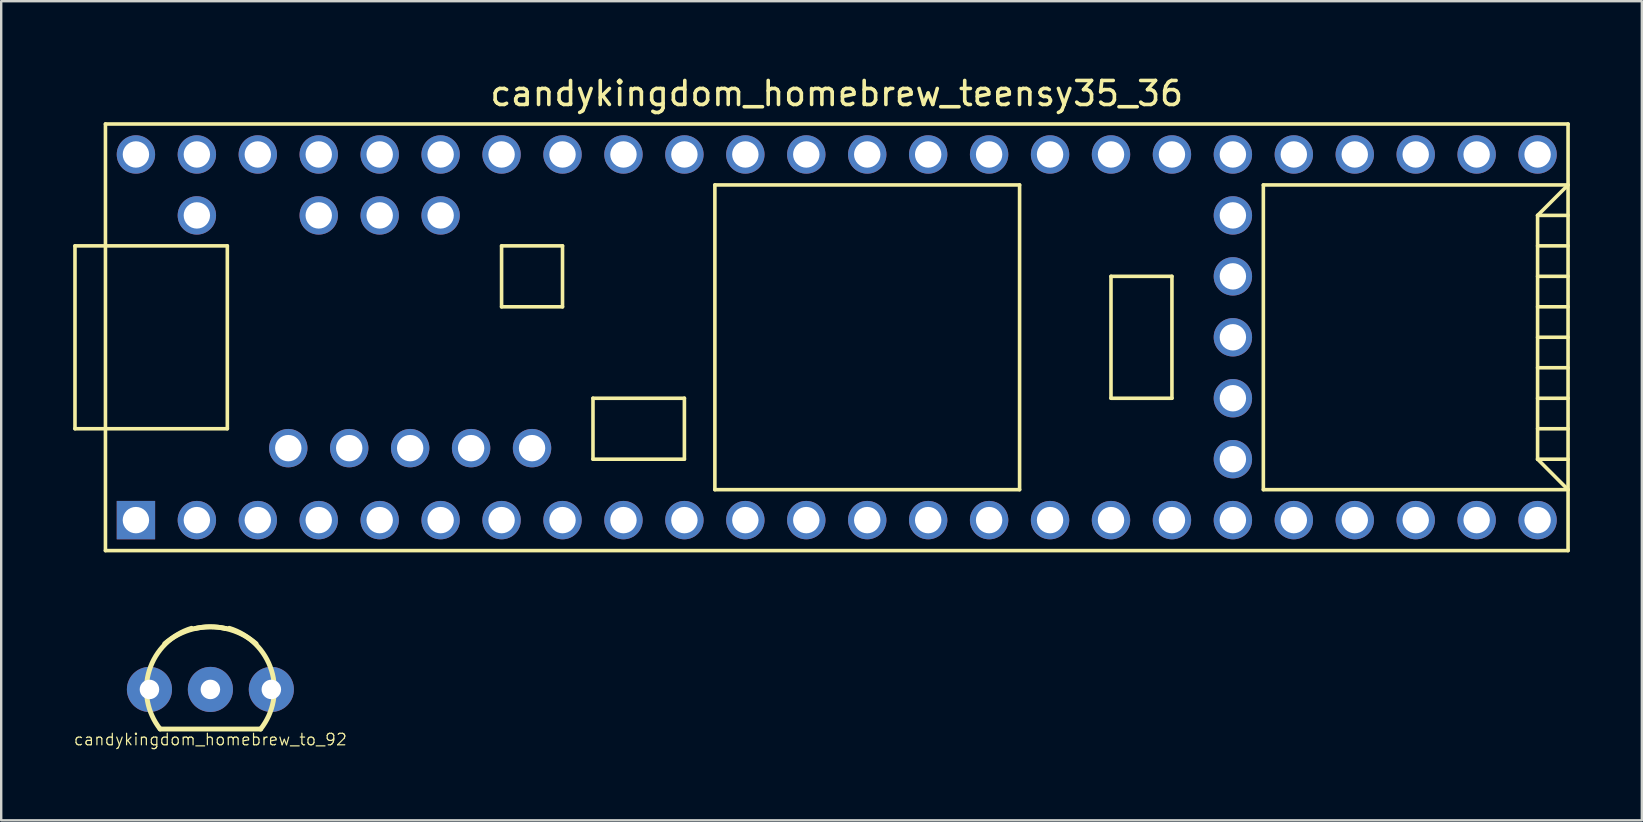
<source format=kicad_pcb>
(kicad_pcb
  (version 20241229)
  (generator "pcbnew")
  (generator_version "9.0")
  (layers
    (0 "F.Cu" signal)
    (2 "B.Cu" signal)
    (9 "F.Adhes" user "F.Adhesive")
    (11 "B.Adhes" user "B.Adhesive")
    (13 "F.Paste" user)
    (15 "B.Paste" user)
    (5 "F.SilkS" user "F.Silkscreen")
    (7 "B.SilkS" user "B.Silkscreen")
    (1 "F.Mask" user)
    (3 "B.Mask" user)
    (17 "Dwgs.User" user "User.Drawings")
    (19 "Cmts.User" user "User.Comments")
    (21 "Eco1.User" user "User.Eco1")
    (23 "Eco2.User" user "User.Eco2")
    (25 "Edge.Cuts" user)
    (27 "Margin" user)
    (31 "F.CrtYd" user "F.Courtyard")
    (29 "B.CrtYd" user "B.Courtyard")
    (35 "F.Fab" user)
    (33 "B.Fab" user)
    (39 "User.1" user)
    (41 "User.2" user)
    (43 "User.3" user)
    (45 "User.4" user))
  (footprint "candykingdom_homebrew_to_92"
    (layer "F.Cu")
    (at 5.719 25.685)
    (property "Reference" "candykingdom_homebrew_to_92" (at 0 2.087 0) (layer "F.SilkS") (effects (font (size 0.481 0.481) (thickness 0.05))))
    (attr through_hole)
    (fp_line (start -2.095 1.651) (end 2.095 1.651) (stroke (width 0.203) (type solid)) (layer "F.SilkS"))
    (fp_arc (start -2.097449 1.647378) (mid -2.545654 -0.795475) (end -0.7863 -2.5485) (stroke (width 0.2032) (type solid)) (layer "F.SilkS"))
    (fp_arc (start -1.903832 -1.906001) (mid -0.709205 -2.522493) (end 0.635 -2.54) (stroke (width 0.2032) (type solid)) (layer "F.SilkS"))
    (fp_arc (start -0.632127 -2.540637) (mid 0.001471 -2.609705) (end 0.635 -2.54) (stroke (width 0.2032) (type solid)) (layer "F.SilkS"))
    (fp_arc (start 0.638615 -2.539194) (mid 1.310742 -2.299843) (end 1.905 -1.905) (stroke (width 0.2032) (type solid)) (layer "F.SilkS"))
    (fp_arc (start 0.786299 -2.5484) (mid 2.546275 -0.793203) (end 2.0945 1.651) (stroke (width 0.2032) (type solid)) (layer "F.SilkS"))
    (pad "1" thru_hole circle (at -2.54 0) (size 1.88 1.88) (drill 0.813) (layers "*.Cu" "*.Mask"))
    (pad "2" thru_hole circle (at 0 0) (size 1.88 1.88) (drill 0.813) (layers "*.Cu" "*.Mask"))
    (pad "3" thru_hole circle (at 2.54 0) (size 1.88 1.88) (drill 0.813) (layers "*.Cu" "*.Mask")))
  (footprint "candykingdom_homebrew_teensy35_36"
    (layer "F.Cu")
    (at 31.825 11.008)
    (property "Reference" "candykingdom_homebrew_teensy35_36" (at 0 -10.16 0) (layer "F.SilkS") (effects (font (size 1 1) (thickness 0.15))))
    (attr through_hole)
    (fp_line (start -31.75 -3.81) (end -30.48 -3.81) (stroke (width 0.15) (type solid)) (layer "F.SilkS"))
    (fp_line (start -31.75 3.81) (end -31.75 -3.81) (stroke (width 0.15) (type solid)) (layer "F.SilkS"))
    (fp_line (start -30.48 3.81) (end -31.75 3.81) (stroke (width 0.15) (type solid)) (layer "F.SilkS"))
    (fp_line (start -30.48 8.89) (end -30.48 -8.89) (stroke (width 0.15) (type solid)) (layer "F.SilkS"))
    (fp_line (start -30.48 8.89) (end 30.48 8.89) (stroke (width 0.15) (type solid)) (layer "F.SilkS"))
    (fp_line (start -25.4 -3.81) (end -30.48 -3.81) (stroke (width 0.15) (type solid)) (layer "F.SilkS"))
    (fp_line (start -25.4 3.81) (end -30.48 3.81) (stroke (width 0.15) (type solid)) (layer "F.SilkS"))
    (fp_line (start -25.4 3.81) (end -25.4 -3.81) (stroke (width 0.15) (type solid)) (layer "F.SilkS"))
    (fp_line (start -13.97 -3.81) (end -13.97 -1.27) (stroke (width 0.15) (type solid)) (layer "F.SilkS"))
    (fp_line (start -13.97 -1.27) (end -11.43 -1.27) (stroke (width 0.15) (type solid)) (layer "F.SilkS"))
    (fp_line (start -11.43 -3.81) (end -13.97 -3.81) (stroke (width 0.15) (type solid)) (layer "F.SilkS"))
    (fp_line (start -11.43 -1.27) (end -11.43 -3.81) (stroke (width 0.15) (type solid)) (layer "F.SilkS"))
    (fp_line (start -10.16 2.54) (end -6.35 2.54) (stroke (width 0.15) (type solid)) (layer "F.SilkS"))
    (fp_line (start -10.16 5.08) (end -10.16 2.54) (stroke (width 0.15) (type solid)) (layer "F.SilkS"))
    (fp_line (start -6.35 2.54) (end -6.35 5.08) (stroke (width 0.15) (type solid)) (layer "F.SilkS"))
    (fp_line (start -6.35 5.08) (end -10.16 5.08) (stroke (width 0.15) (type solid)) (layer "F.SilkS"))
    (fp_line (start -5.08 -6.35) (end -5.08 6.35) (stroke (width 0.15) (type solid)) (layer "F.SilkS"))
    (fp_line (start -5.08 -6.35) (end 7.62 -6.35) (stroke (width 0.15) (type solid)) (layer "F.SilkS"))
    (fp_line (start -5.08 6.35) (end 7.62 6.35) (stroke (width 0.15) (type solid)) (layer "F.SilkS"))
    (fp_line (start 7.62 6.35) (end 7.62 -6.35) (stroke (width 0.15) (type solid)) (layer "F.SilkS"))
    (fp_line (start 11.43 -2.54) (end 13.97 -2.54) (stroke (width 0.15) (type solid)) (layer "F.SilkS"))
    (fp_line (start 11.43 2.54) (end 11.43 -2.54) (stroke (width 0.15) (type solid)) (layer "F.SilkS"))
    (fp_line (start 13.97 -2.54) (end 13.97 2.54) (stroke (width 0.15) (type solid)) (layer "F.SilkS"))
    (fp_line (start 13.97 2.54) (end 11.43 2.54) (stroke (width 0.15) (type solid)) (layer "F.SilkS"))
    (fp_line (start 17.78 -6.35) (end 17.78 6.35) (stroke (width 0.15) (type solid)) (layer "F.SilkS"))
    (fp_line (start 17.78 6.35) (end 30.48 6.35) (stroke (width 0.15) (type solid)) (layer "F.SilkS"))
    (fp_line (start 29.21 -5.08) (end 30.48 -6.35) (stroke (width 0.15) (type solid)) (layer "F.SilkS"))
    (fp_line (start 29.21 -5.08) (end 30.48 -5.08) (stroke (width 0.15) (type solid)) (layer "F.SilkS"))
    (fp_line (start 29.21 -3.81) (end 30.48 -3.81) (stroke (width 0.15) (type solid)) (layer "F.SilkS"))
    (fp_line (start 29.21 -2.54) (end 30.48 -2.54) (stroke (width 0.15) (type solid)) (layer "F.SilkS"))
    (fp_line (start 29.21 -1.27) (end 30.48 -1.27) (stroke (width 0.15) (type solid)) (layer "F.SilkS"))
    (fp_line (start 29.21 0) (end 30.48 0) (stroke (width 0.15) (type solid)) (layer "F.SilkS"))
    (fp_line (start 29.21 1.27) (end 30.48 1.27) (stroke (width 0.15) (type solid)) (layer "F.SilkS"))
    (fp_line (start 29.21 2.54) (end 30.48 2.54) (stroke (width 0.15) (type solid)) (layer "F.SilkS"))
    (fp_line (start 29.21 3.81) (end 30.48 3.81) (stroke (width 0.15) (type solid)) (layer "F.SilkS"))
    (fp_line (start 29.21 5.08) (end 29.21 -5.08) (stroke (width 0.15) (type solid)) (layer "F.SilkS"))
    (fp_line (start 29.21 5.08) (end 30.48 5.08) (stroke (width 0.15) (type solid)) (layer "F.SilkS"))
    (fp_line (start 30.48 -8.89) (end -30.48 -8.89) (stroke (width 0.15) (type solid)) (layer "F.SilkS"))
    (fp_line (start 30.48 -8.89) (end 30.48 8.89) (stroke (width 0.15) (type solid)) (layer "F.SilkS"))
    (fp_line (start 30.48 -6.35) (end 17.78 -6.35) (stroke (width 0.15) (type solid)) (layer "F.SilkS"))
    (fp_line (start 30.48 6.35) (end 29.21 5.08) (stroke (width 0.15) (type solid)) (layer "F.SilkS"))
    (pad "1" thru_hole rect (at -29.21 7.62) (size 1.6 1.6) (drill 1.1) (layers "*.Cu" "*.Mask"))
    (pad "2" thru_hole circle (at -26.67 7.62) (size 1.6 1.6) (drill 1.1) (layers "*.Cu" "*.Mask"))
    (pad "3" thru_hole circle (at -24.13 7.62) (size 1.6 1.6) (drill 1.1) (layers "*.Cu" "*.Mask"))
    (pad "4" thru_hole circle (at -21.59 7.62) (size 1.6 1.6) (drill 1.1) (layers "*.Cu" "*.Mask"))
    (pad "5" thru_hole circle (at -19.05 7.62) (size 1.6 1.6) (drill 1.1) (layers "*.Cu" "*.Mask"))
    (pad "6" thru_hole circle (at -16.51 7.62) (size 1.6 1.6) (drill 1.1) (layers "*.Cu" "*.Mask"))
    (pad "7" thru_hole circle (at -13.97 7.62) (size 1.6 1.6) (drill 1.1) (layers "*.Cu" "*.Mask"))
    (pad "8" thru_hole circle (at -11.43 7.62) (size 1.6 1.6) (drill 1.1) (layers "*.Cu" "*.Mask"))
    (pad "9" thru_hole circle (at -8.89 7.62) (size 1.6 1.6) (drill 1.1) (layers "*.Cu" "*.Mask"))
    (pad "10" thru_hole circle (at -6.35 7.62) (size 1.6 1.6) (drill 1.1) (layers "*.Cu" "*.Mask"))
    (pad "11" thru_hole circle (at -3.81 7.62) (size 1.6 1.6) (drill 1.1) (layers "*.Cu" "*.Mask"))
    (pad "12" thru_hole circle (at -1.27 7.62) (size 1.6 1.6) (drill 1.1) (layers "*.Cu" "*.Mask"))
    (pad "13" thru_hole circle (at 1.27 7.62) (size 1.6 1.6) (drill 1.1) (layers "*.Cu" "*.Mask"))
    (pad "14" thru_hole circle (at 3.81 7.62) (size 1.6 1.6) (drill 1.1) (layers "*.Cu" "*.Mask"))
    (pad "15" thru_hole circle (at 6.35 7.62) (size 1.6 1.6) (drill 1.1) (layers "*.Cu" "*.Mask"))
    (pad "16" thru_hole circle (at 8.89 7.62) (size 1.6 1.6) (drill 1.1) (layers "*.Cu" "*.Mask"))
    (pad "17" thru_hole circle (at 11.43 7.62) (size 1.6 1.6) (drill 1.1) (layers "*.Cu" "*.Mask"))
    (pad "18" thru_hole circle (at 13.97 7.62) (size 1.6 1.6) (drill 1.1) (layers "*.Cu" "*.Mask"))
    (pad "19" thru_hole circle (at 16.51 7.62) (size 1.6 1.6) (drill 1.1) (layers "*.Cu" "*.Mask"))
    (pad "20" thru_hole circle (at 19.05 7.62) (size 1.6 1.6) (drill 1.1) (layers "*.Cu" "*.Mask"))
    (pad "21" thru_hole circle (at 21.59 7.62) (size 1.6 1.6) (drill 1.1) (layers "*.Cu" "*.Mask"))
    (pad "22" thru_hole circle (at 24.13 7.62) (size 1.6 1.6) (drill 1.1) (layers "*.Cu" "*.Mask"))
    (pad "23" thru_hole circle (at 26.67 7.62) (size 1.6 1.6) (drill 1.1) (layers "*.Cu" "*.Mask"))
    (pad "24" thru_hole circle (at 29.21 7.62) (size 1.6 1.6) (drill 1.1) (layers "*.Cu" "*.Mask"))
    (pad "25" thru_hole circle (at 16.51 5.08) (size 1.6 1.6) (drill 1.1) (layers "*.Cu" "*.Mask"))
    (pad "26" thru_hole circle (at 16.51 2.54) (size 1.6 1.6) (drill 1.1) (layers "*.Cu" "*.Mask"))
    (pad "27" thru_hole circle (at 16.51 0) (size 1.6 1.6) (drill 1.1) (layers "*.Cu" "*.Mask"))
    (pad "28" thru_hole circle (at 16.51 -2.54) (size 1.6 1.6) (drill 1.1) (layers "*.Cu" "*.Mask"))
    (pad "29" thru_hole circle (at 16.51 -5.08) (size 1.6 1.6) (drill 1.1) (layers "*.Cu" "*.Mask"))
    (pad "30" thru_hole circle (at 29.21 -7.62) (size 1.6 1.6) (drill 1.1) (layers "*.Cu" "*.Mask"))
    (pad "31" thru_hole circle (at 26.67 -7.62) (size 1.6 1.6) (drill 1.1) (layers "*.Cu" "*.Mask"))
    (pad "32" thru_hole circle (at 24.13 -7.62) (size 1.6 1.6) (drill 1.1) (layers "*.Cu" "*.Mask"))
    (pad "33" thru_hole circle (at 21.59 -7.62) (size 1.6 1.6) (drill 1.1) (layers "*.Cu" "*.Mask"))
    (pad "34" thru_hole circle (at 19.05 -7.62) (size 1.6 1.6) (drill 1.1) (layers "*.Cu" "*.Mask"))
    (pad "35" thru_hole circle (at 16.51 -7.62) (size 1.6 1.6) (drill 1.1) (layers "*.Cu" "*.Mask"))
    (pad "36" thru_hole circle (at 13.97 -7.62) (size 1.6 1.6) (drill 1.1) (layers "*.Cu" "*.Mask"))
    (pad "37" thru_hole circle (at 11.43 -7.62) (size 1.6 1.6) (drill 1.1) (layers "*.Cu" "*.Mask"))
    (pad "38" thru_hole circle (at 8.89 -7.62) (size 1.6 1.6) (drill 1.1) (layers "*.Cu" "*.Mask"))
    (pad "39" thru_hole circle (at 6.35 -7.62) (size 1.6 1.6) (drill 1.1) (layers "*.Cu" "*.Mask"))
    (pad "40" thru_hole circle (at 3.81 -7.62) (size 1.6 1.6) (drill 1.1) (layers "*.Cu" "*.Mask"))
    (pad "41" thru_hole circle (at 1.27 -7.62) (size 1.6 1.6) (drill 1.1) (layers "*.Cu" "*.Mask"))
    (pad "42" thru_hole circle (at -1.27 -7.62) (size 1.6 1.6) (drill 1.1) (layers "*.Cu" "*.Mask"))
    (pad "43" thru_hole circle (at -3.81 -7.62) (size 1.6 1.6) (drill 1.1) (layers "*.Cu" "*.Mask"))
    (pad "44" thru_hole circle (at -6.35 -7.62) (size 1.6 1.6) (drill 1.1) (layers "*.Cu" "*.Mask"))
    (pad "45" thru_hole circle (at -8.89 -7.62) (size 1.6 1.6) (drill 1.1) (layers "*.Cu" "*.Mask"))
    (pad "46" thru_hole circle (at -11.43 -7.62) (size 1.6 1.6) (drill 1.1) (layers "*.Cu" "*.Mask"))
    (pad "47" thru_hole circle (at -13.97 -7.62) (size 1.6 1.6) (drill 1.1) (layers "*.Cu" "*.Mask"))
    (pad "48" thru_hole circle (at -16.51 -7.62) (size 1.6 1.6) (drill 1.1) (layers "*.Cu" "*.Mask"))
    (pad "49" thru_hole circle (at -19.05 -7.62) (size 1.6 1.6) (drill 1.1) (layers "*.Cu" "*.Mask"))
    (pad "50" thru_hole circle (at -21.59 -7.62) (size 1.6 1.6) (drill 1.1) (layers "*.Cu" "*.Mask"))
    (pad "51" thru_hole circle (at -24.13 -7.62) (size 1.6 1.6) (drill 1.1) (layers "*.Cu" "*.Mask"))
    (pad "52" thru_hole circle (at -26.67 -7.62) (size 1.6 1.6) (drill 1.1) (layers "*.Cu" "*.Mask"))
    (pad "53" thru_hole circle (at -29.21 -7.62) (size 1.6 1.6) (drill 1.1) (layers "*.Cu" "*.Mask"))
    (pad "54" thru_hole circle (at -26.67 -5.08) (size 1.6 1.6) (drill 1.1) (layers "*.Cu" "*.Mask"))
    (pad "55" thru_hole circle (at -21.59 -5.08) (size 1.6 1.6) (drill 1.1) (layers "*.Cu" "*.Mask"))
    (pad "56" thru_hole circle (at -19.05 -5.08) (size 1.6 1.6) (drill 1.1) (layers "*.Cu" "*.Mask"))
    (pad "57" thru_hole circle (at -16.51 -5.08) (size 1.6 1.6) (drill 1.1) (layers "*.Cu" "*.Mask"))
    (pad "58" thru_hole circle (at -22.86 4.62) (size 1.6 1.6) (drill 1.1) (layers "*.Cu" "*.Mask"))
    (pad "59" thru_hole circle (at -20.32 4.62) (size 1.6 1.6) (drill 1.1) (layers "*.Cu" "*.Mask"))
    (pad "60" thru_hole circle (at -17.78 4.62) (size 1.6 1.6) (drill 1.1) (layers "*.Cu" "*.Mask"))
    (pad "61" thru_hole circle (at -15.24 4.62) (size 1.6 1.6) (drill 1.1) (layers "*.Cu" "*.Mask"))
    (pad "62" thru_hole circle (at -12.7 4.62) (size 1.6 1.6) (drill 1.1) (layers "*.Cu" "*.Mask")))
  (gr_rect
    (start -3 -3)
    (end 65.38 31.141)
    (stroke (width 0.1) (type default))
    (fill no)
    (layer "Edge.Cuts")))
</source>
